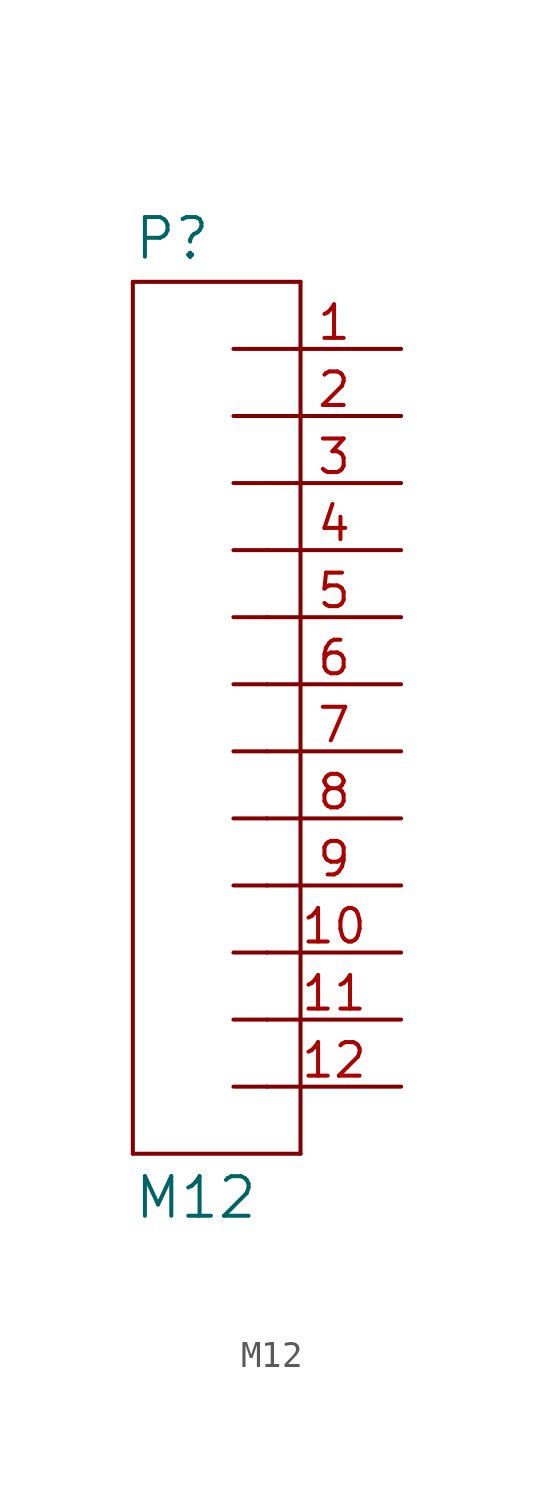
<source format=kicad_sym>
(kicad_symbol_lib
  (version 20231120)
  (generator "kicad_symbol_editor")
  (generator_version "8.0")
  (symbol "M12"
    (pin_names
      (offset 1.016))
    (property "Reference" "P"
      (at 0 0.762 0)
      (effects (font (size 1.499 1.499)) (justify left bottom)))
    (property "Value" "M12"
      (at 0 -35.56 0)
      (effects (font (size 1.499 1.499)) (justify left bottom)))
    (property "ki_locked" ""
      (at 0 0 0)
      (effects (font (size 1.27 1.27))))
    (symbol "M12_1_0"
      (polyline (pts (xy 0 -33.02) (xy 6.35 -33.02)) (stroke (width 0) (type solid)) (fill (type none)))
      (polyline (pts (xy 0 0) (xy 0 -33.02)) (stroke (width 0) (type solid)) (fill (type none)))
      (polyline (pts (xy 0 0) (xy 6.35 0)) (stroke (width 0) (type solid)) (fill (type none)))
      (polyline (pts (xy 3.81 -30.48) (xy 5.08 -30.48)) (stroke (width 0) (type solid)) (fill (type none)))
      (polyline (pts (xy 3.81 -27.94) (xy 5.08 -27.94)) (stroke (width 0) (type solid)) (fill (type none)))
      (polyline (pts (xy 3.81 -25.4) (xy 5.08 -25.4)) (stroke (width 0) (type solid)) (fill (type none)))
      (polyline (pts (xy 3.81 -22.86) (xy 5.08 -22.86)) (stroke (width 0) (type solid)) (fill (type none)))
      (polyline (pts (xy 3.81 -20.32) (xy 5.08 -20.32)) (stroke (width 0) (type solid)) (fill (type none)))
      (polyline (pts (xy 3.81 -17.78) (xy 5.08 -17.78)) (stroke (width 0) (type solid)) (fill (type none)))
      (polyline (pts (xy 3.81 -15.24) (xy 5.08 -15.24)) (stroke (width 0) (type solid)) (fill (type none)))
      (polyline (pts (xy 3.81 -12.7) (xy 5.08 -12.7)) (stroke (width 0) (type solid)) (fill (type none)))
      (polyline (pts (xy 3.81 -10.16) (xy 5.08 -10.16)) (stroke (width 0) (type solid)) (fill (type none)))
      (polyline (pts (xy 3.81 -7.62) (xy 5.08 -7.62)) (stroke (width 0) (type solid)) (fill (type none)))
      (polyline (pts (xy 3.81 -5.08) (xy 5.08 -5.08)) (stroke (width 0) (type solid)) (fill (type none)))
      (polyline (pts (xy 3.81 -2.54) (xy 5.08 -2.54)) (stroke (width 0) (type solid)) (fill (type none)))
      (polyline (pts (xy 6.35 -33.02) (xy 6.35 0)) (stroke (width 0) (type solid)) (fill (type none)))
      (pin passive line (at 10.16 -2.54 180) (length 5.08) (name "1" (effects (font (size 0 0)))) (number "1" (effects (font (size 1.27 1.27)))))
      (pin passive line (at 10.16 -25.4 180) (length 5.08) (name "10" (effects (font (size 0 0)))) (number "10" (effects (font (size 1.27 1.27)))))
      (pin passive line (at 10.16 -27.94 180) (length 5.08) (name "11" (effects (font (size 0 0)))) (number "11" (effects (font (size 1.27 1.27)))))
      (pin passive line (at 10.16 -30.48 180) (length 5.08) (name "12" (effects (font (size 0 0)))) (number "12" (effects (font (size 1.27 1.27)))))
      (pin passive line (at 10.16 -5.08 180) (length 5.08) (name "2" (effects (font (size 0 0)))) (number "2" (effects (font (size 1.27 1.27)))))
      (pin passive line (at 10.16 -7.62 180) (length 5.08) (name "3" (effects (font (size 0 0)))) (number "3" (effects (font (size 1.27 1.27)))))
      (pin passive line (at 10.16 -10.16 180) (length 5.08) (name "4" (effects (font (size 0 0)))) (number "4" (effects (font (size 1.27 1.27)))))
      (pin passive line (at 10.16 -12.7 180) (length 5.08) (name "5" (effects (font (size 0 0)))) (number "5" (effects (font (size 1.27 1.27)))))
      (pin passive line (at 10.16 -15.24 180) (length 5.08) (name "6" (effects (font (size 0 0)))) (number "6" (effects (font (size 1.27 1.27)))))
      (pin passive line (at 10.16 -17.78 180) (length 5.08) (name "7" (effects (font (size 0 0)))) (number "7" (effects (font (size 1.27 1.27)))))
      (pin passive line (at 10.16 -20.32 180) (length 5.08) (name "8" (effects (font (size 0 0)))) (number "8" (effects (font (size 1.27 1.27)))))
      (pin passive line (at 10.16 -22.86 180) (length 5.08) (name "9" (effects (font (size 0 0)))) (number "9" (effects (font (size 1.27 1.27))))))))
</source>
